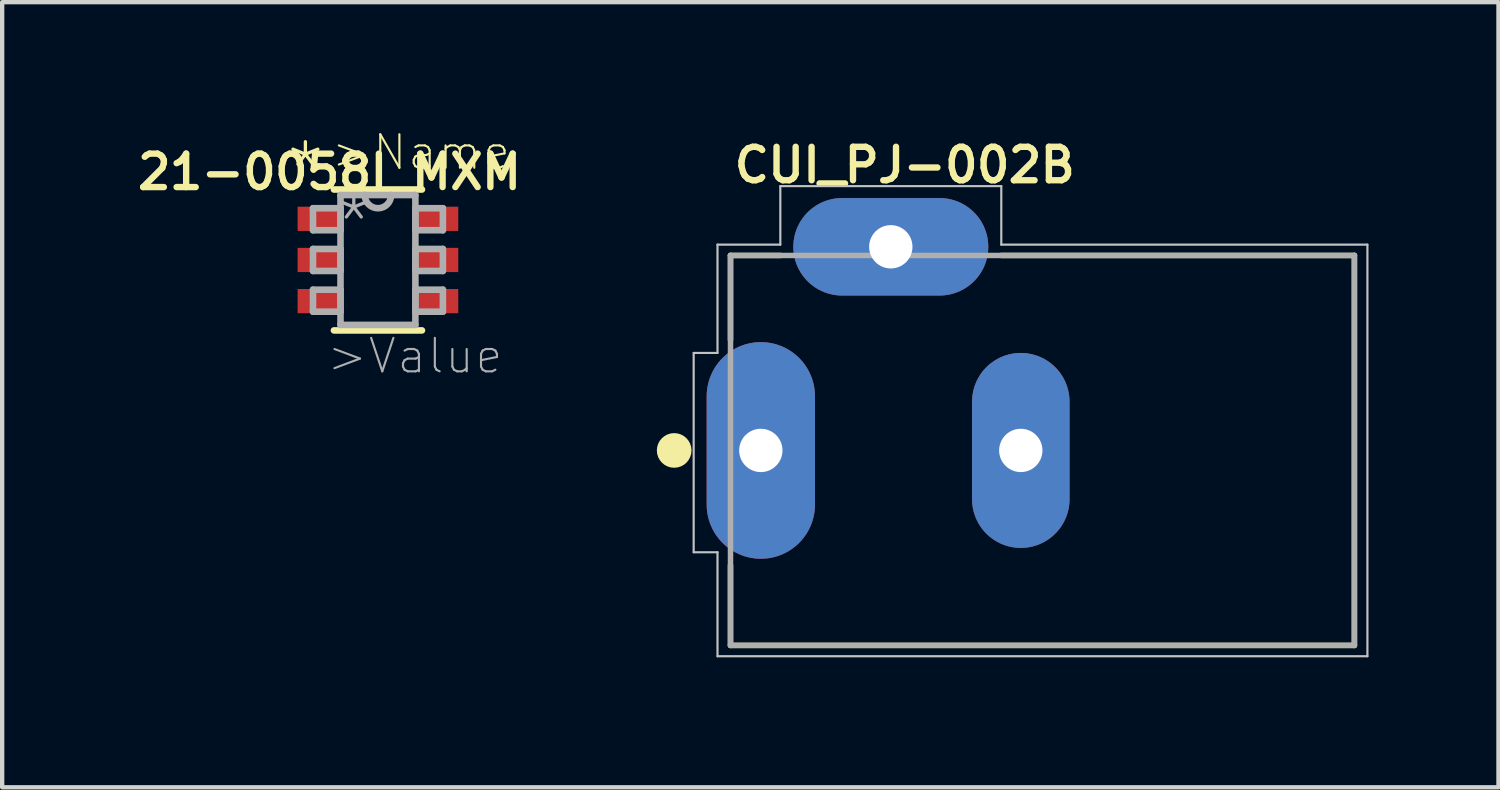
<source format=kicad_pcb>
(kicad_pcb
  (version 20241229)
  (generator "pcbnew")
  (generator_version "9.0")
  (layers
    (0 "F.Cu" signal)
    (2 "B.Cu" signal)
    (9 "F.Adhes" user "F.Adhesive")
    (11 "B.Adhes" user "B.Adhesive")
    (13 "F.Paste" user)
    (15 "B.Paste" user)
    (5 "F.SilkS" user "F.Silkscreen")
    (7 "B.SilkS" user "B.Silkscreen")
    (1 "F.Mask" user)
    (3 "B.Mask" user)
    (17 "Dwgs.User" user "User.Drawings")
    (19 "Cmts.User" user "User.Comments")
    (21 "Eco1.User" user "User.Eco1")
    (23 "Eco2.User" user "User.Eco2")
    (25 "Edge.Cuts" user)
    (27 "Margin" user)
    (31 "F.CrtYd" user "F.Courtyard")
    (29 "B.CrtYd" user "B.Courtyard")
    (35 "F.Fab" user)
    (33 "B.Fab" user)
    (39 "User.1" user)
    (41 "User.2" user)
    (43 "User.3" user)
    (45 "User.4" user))
  (footprint "21-0058I_MXM"
    (layer "F.Cu")
    (at 5.673 2.95)
    (property "Reference" "21-0058I_MXM" (at -1.118 -2.032 0) (layer "F.SilkS") (effects (font (size 0.772 0.772) (thickness 0.147))))
    (attr through_hole)
    (fp_line (start -1.016 1.626) (end 1.016 1.626) (stroke (width 0.152) (type solid)) (layer "F.SilkS"))
    (fp_line (start 1.016 -1.626) (end -1.016 -1.626) (stroke (width 0.152) (type solid)) (layer "F.SilkS"))
    (fp_line (start -1.499 -1.194) (end -1.499 -0.686) (stroke (width 0.152) (type solid)) (layer "F.Fab"))
    (fp_line (start -1.499 -0.686) (end -0.864 -0.686) (stroke (width 0.152) (type solid)) (layer "F.Fab"))
    (fp_line (start -1.499 -0.254) (end -1.499 0.254) (stroke (width 0.152) (type solid)) (layer "F.Fab"))
    (fp_line (start -1.499 0.254) (end -0.864 0.254) (stroke (width 0.152) (type solid)) (layer "F.Fab"))
    (fp_line (start -1.499 0.686) (end -1.499 1.194) (stroke (width 0.152) (type solid)) (layer "F.Fab"))
    (fp_line (start -1.499 1.194) (end -0.864 1.194) (stroke (width 0.152) (type solid)) (layer "F.Fab"))
    (fp_line (start -0.864 -1.499) (end -0.864 1.499) (stroke (width 0.152) (type solid)) (layer "F.Fab"))
    (fp_line (start -0.864 -1.194) (end -1.499 -1.194) (stroke (width 0.152) (type solid)) (layer "F.Fab"))
    (fp_line (start -0.864 -0.686) (end -0.864 -1.194) (stroke (width 0.152) (type solid)) (layer "F.Fab"))
    (fp_line (start -0.864 -0.254) (end -1.499 -0.254) (stroke (width 0.152) (type solid)) (layer "F.Fab"))
    (fp_line (start -0.864 0.254) (end -0.864 -0.254) (stroke (width 0.152) (type solid)) (layer "F.Fab"))
    (fp_line (start -0.864 0.686) (end -1.499 0.686) (stroke (width 0.152) (type solid)) (layer "F.Fab"))
    (fp_line (start -0.864 1.194) (end -0.864 0.686) (stroke (width 0.152) (type solid)) (layer "F.Fab"))
    (fp_line (start -0.864 1.499) (end 0.864 1.499) (stroke (width 0.152) (type solid)) (layer "F.Fab"))
    (fp_line (start -0.305 -1.499) (end -0.864 -1.499) (stroke (width 0.152) (type solid)) (layer "F.Fab"))
    (fp_line (start 0.305 -1.499) (end -0.305 -1.499) (stroke (width 0.152) (type solid)) (layer "F.Fab"))
    (fp_line (start 0.864 -1.499) (end 0.305 -1.499) (stroke (width 0.152) (type solid)) (layer "F.Fab"))
    (fp_line (start 0.864 -1.194) (end 0.864 -0.686) (stroke (width 0.152) (type solid)) (layer "F.Fab"))
    (fp_line (start 0.864 -0.686) (end 1.499 -0.686) (stroke (width 0.152) (type solid)) (layer "F.Fab"))
    (fp_line (start 0.864 -0.254) (end 0.864 0.254) (stroke (width 0.152) (type solid)) (layer "F.Fab"))
    (fp_line (start 0.864 0.254) (end 1.499 0.254) (stroke (width 0.152) (type solid)) (layer "F.Fab"))
    (fp_line (start 0.864 0.686) (end 0.864 1.194) (stroke (width 0.152) (type solid)) (layer "F.Fab"))
    (fp_line (start 0.864 1.194) (end 1.499 1.194) (stroke (width 0.152) (type solid)) (layer "F.Fab"))
    (fp_line (start 0.864 1.499) (end 0.864 -1.499) (stroke (width 0.152) (type solid)) (layer "F.Fab"))
    (fp_line (start 1.499 -1.194) (end 0.864 -1.194) (stroke (width 0.152) (type solid)) (layer "F.Fab"))
    (fp_line (start 1.499 -0.686) (end 1.499 -1.194) (stroke (width 0.152) (type solid)) (layer "F.Fab"))
    (fp_line (start 1.499 -0.254) (end 0.864 -0.254) (stroke (width 0.152) (type solid)) (layer "F.Fab"))
    (fp_line (start 1.499 0.254) (end 1.499 -0.254) (stroke (width 0.152) (type solid)) (layer "F.Fab"))
    (fp_line (start 1.499 0.686) (end 0.864 0.686) (stroke (width 0.152) (type solid)) (layer "F.Fab"))
    (fp_line (start 1.499 1.194) (end 1.499 0.686) (stroke (width 0.152) (type solid)) (layer "F.Fab"))
    (fp_arc (start 0.3048 -1.4986) (mid 0 -1.1938) (end -0.3048 -1.4986) (stroke (width 0.1524) (type solid)) (layer "F.Fab"))
    (fp_text user ">Name" (at -1.118 -2.032 0) (layer "F.SilkS") (effects (font (size 0.772 0.772) (thickness 0.049)) (justify left bottom)))
    (fp_text user "*" (at -2.184 -1.372 0) (layer "F.SilkS") (effects (font (size 1.206 1.206) (thickness 0.076)) (justify left bottom)))
    (fp_text user "*" (at -1.067 -0.152 0) (layer "F.Fab") (effects (font (size 1.206 1.206) (thickness 0.076)) (justify left bottom)))
    (fp_text user ">Value" (at -1.219 2.667 0) (layer "F.Fab") (effects (font (size 0.772 0.772) (thickness 0.049)) (justify left bottom)))
    (pad "1" smd rect (at -1.365 -0.95) (size 0.978 0.559) (layers "F.Cu" "F.Mask" "F.Paste"))
    (pad "2" smd rect (at -1.365 0) (size 0.978 0.559) (layers "F.Cu" "F.Mask" "F.Paste"))
    (pad "3" smd rect (at -1.365 0.95) (size 0.978 0.559) (layers "F.Cu" "F.Mask" "F.Paste"))
    (pad "4" smd rect (at 1.365 0.95) (size 0.978 0.559) (layers "F.Cu" "F.Mask" "F.Paste"))
    (pad "5" smd rect (at 1.365 0) (size 0.978 0.559) (layers "F.Cu" "F.Mask" "F.Paste"))
    (pad "6" smd rect (at 1.365 -0.95) (size 0.978 0.559) (layers "F.Cu" "F.Mask" "F.Paste")))
  (footprint "CUI_PJ-002B"
    (layer "F.Cu")
    (at 14.51 7.346)
    (property "Reference" "CUI_PJ-002B" (at -0.69 -6.134 0) (layer "F.SilkS") (effects (font (size 0.772 0.772) (thickness 0.147)) (justify left bottom)))
    (attr through_hole)
    (fp_line (start -0.7 -4.5) (end 0.45 -4.5) (stroke (width 0.127) (type solid)) (layer "F.SilkS"))
    (fp_line (start -0.7 -2.55) (end -0.7 -4.5) (stroke (width 0.127) (type solid)) (layer "F.SilkS"))
    (fp_line (start -0.7 4.5) (end -0.7 2.65) (stroke (width 0.127) (type solid)) (layer "F.SilkS"))
    (fp_line (start 5.55 -4.5) (end 13.7 -4.5) (stroke (width 0.127) (type solid)) (layer "F.SilkS"))
    (fp_line (start 13.7 -4.5) (end 13.7 4.5) (stroke (width 0.127) (type solid)) (layer "F.SilkS"))
    (fp_line (start 13.7 4.5) (end -0.7 4.5) (stroke (width 0.127) (type solid)) (layer "F.SilkS"))
    (fp_circle (center -2 0) (end -1.8 0) (stroke (width 0.4) (type solid)) (fill no) (layer "F.SilkS"))
    (fp_line (start -1.55 -2.25) (end -1.55 2.35) (stroke (width 0.05) (type solid)) (layer "Dwgs.User"))
    (fp_line (start -1.55 2.35) (end -1 2.35) (stroke (width 0.05) (type solid)) (layer "Dwgs.User"))
    (fp_line (start -1 -4.75) (end 0.45 -4.75) (stroke (width 0.05) (type solid)) (layer "Dwgs.User"))
    (fp_line (start -1 -2.25) (end -1.55 -2.25) (stroke (width 0.05) (type solid)) (layer "Dwgs.User"))
    (fp_line (start -1 -2.25) (end -1 -4.75) (stroke (width 0.05) (type solid)) (layer "Dwgs.User"))
    (fp_line (start -1 4.75) (end -1 2.35) (stroke (width 0.05) (type solid)) (layer "Dwgs.User"))
    (fp_line (start 0.45 -6.1) (end 5.55 -6.1) (stroke (width 0.05) (type solid)) (layer "Dwgs.User"))
    (fp_line (start 0.45 -4.75) (end 0.45 -6.1) (stroke (width 0.05) (type solid)) (layer "Dwgs.User"))
    (fp_line (start 5.55 -6.1) (end 5.55 -4.75) (stroke (width 0.05) (type solid)) (layer "Dwgs.User"))
    (fp_line (start 5.55 -4.75) (end 14 -4.75) (stroke (width 0.05) (type solid)) (layer "Dwgs.User"))
    (fp_line (start 14 -4.75) (end 14 4.75) (stroke (width 0.05) (type solid)) (layer "Dwgs.User"))
    (fp_line (start 14 4.75) (end -1 4.75) (stroke (width 0.05) (type solid)) (layer "Dwgs.User"))
    (fp_line (start -0.5 -1.75) (end 0.5 -1.75) (stroke (width 0.0001) (type solid)) (layer "Edge.Cuts"))
    (fp_line (start -0.5 1.75) (end -0.5 -1.75) (stroke (width 0.0001) (type solid)) (layer "Edge.Cuts"))
    (fp_line (start 0.5 -1.75) (end 0.5 1.75) (stroke (width 0.0001) (type solid)) (layer "Edge.Cuts"))
    (fp_line (start 0.5 1.75) (end -0.5 1.75) (stroke (width 0.0001) (type solid)) (layer "Edge.Cuts"))
    (fp_line (start 1.5 -5.2) (end 4.5 -5.2) (stroke (width 0.0001) (type solid)) (layer "Edge.Cuts"))
    (fp_line (start 1.5 -4.2) (end 1.5 -5.2) (stroke (width 0.0001) (type solid)) (layer "Edge.Cuts"))
    (fp_line (start 4.5 -5.2) (end 4.5 -4.2) (stroke (width 0.0001) (type solid)) (layer "Edge.Cuts"))
    (fp_line (start 4.5 -4.2) (end 1.5 -4.2) (stroke (width 0.0001) (type solid)) (layer "Edge.Cuts"))
    (fp_line (start 5.5 -1.5) (end 6.5 -1.5) (stroke (width 0.0001) (type solid)) (layer "Edge.Cuts"))
    (fp_line (start 5.5 1.5) (end 5.5 -1.5) (stroke (width 0.0001) (type solid)) (layer "Edge.Cuts"))
    (fp_line (start 6.5 -1.5) (end 6.5 1.5) (stroke (width 0.0001) (type solid)) (layer "Edge.Cuts"))
    (fp_line (start 6.5 1.5) (end 5.5 1.5) (stroke (width 0.0001) (type solid)) (layer "Edge.Cuts"))
    (fp_line (start -0.7 -4.5) (end 13.7 -4.5) (stroke (width 0.127) (type solid)) (layer "F.Fab"))
    (fp_line (start -0.7 4.5) (end -0.7 -4.5) (stroke (width 0.127) (type solid)) (layer "F.Fab"))
    (fp_line (start 13.7 -4.5) (end 13.7 4.5) (stroke (width 0.127) (type solid)) (layer "F.Fab"))
    (fp_line (start 13.7 4.5) (end -0.7 4.5) (stroke (width 0.127) (type solid)) (layer "F.Fab"))
    (pad "1" thru_hole oval (at 0 0 90) (size 5 2.5) (drill 1) (layers "*.Cu" "*.Mask"))
    (pad "2" thru_hole oval (at 6 0 90) (size 4.5 2.25) (drill 1) (layers "*.Cu" "*.Mask"))
    (pad "3" thru_hole oval (at 3 -4.7 180) (size 4.5 2.25) (drill 1) (layers "*.Cu" "*.Mask")))
  (gr_rect
    (start -3 -3)
    (end 31.535 15.121)
    (stroke (width 0.1) (type default))
    (fill no)
    (layer "Edge.Cuts")))
</source>
